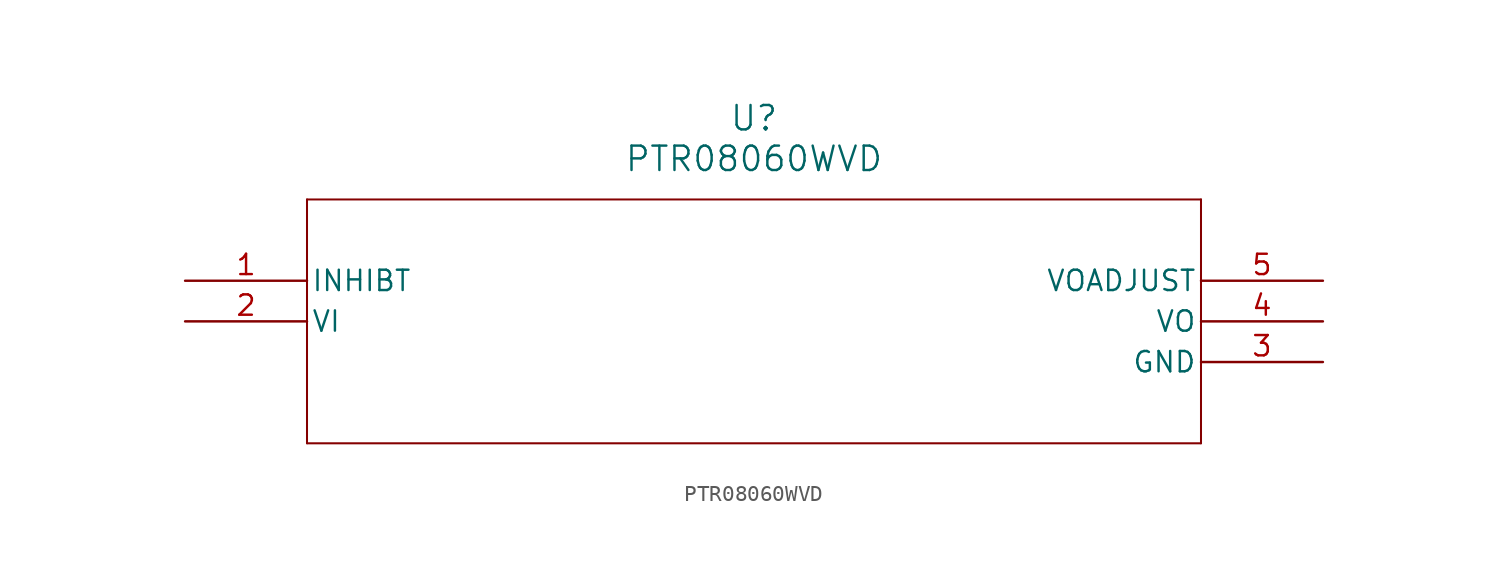
<source format=kicad_sym>
(kicad_symbol_lib
  (version 20211014)
  (generator kicad_symbol_editor)
  (symbol "PTR08060WVD"
    (pin_names
      (offset 0.254))
    (property "Reference" "U"
      (at 35.56 10.16 0)
      (effects (font (size 1.524 1.524))))
    (property "Value" "PTR08060WVD"
      (at 35.56 7.62 0)
      (effects (font (size 1.524 1.524))))
    (symbol "PTR08060WVD_0_1"
      (polyline (pts (xy 7.62 5.08) (xy 7.62 -10.16)) (stroke (width 0.127) (type default) (color 0 0 0 0)) (fill (type none)))
      (polyline (pts (xy 7.62 -10.16) (xy 63.5 -10.16)) (stroke (width 0.127) (type default) (color 0 0 0 0)) (fill (type none)))
      (polyline (pts (xy 63.5 -10.16) (xy 63.5 5.08)) (stroke (width 0.127) (type default) (color 0 0 0 0)) (fill (type none)))
      (polyline (pts (xy 63.5 5.08) (xy 7.62 5.08)) (stroke (width 0.127) (type default) (color 0 0 0 0)) (fill (type none)))
      (pin input line (at 0 0 0) (length 7.62) (name "INHIBT" (effects (font (size 1.27 1.27)))) (number "1" (effects (font (size 1.27 1.27)))))
      (pin input line (at 0 -2.54 0) (length 7.62) (name "VI" (effects (font (size 1.27 1.27)))) (number "2" (effects (font (size 1.27 1.27)))))
      (pin power_in line (at 71.12 -5.08 180) (length 7.62) (name "GND" (effects (font (size 1.27 1.27)))) (number "3" (effects (font (size 1.27 1.27)))))
      (pin output line (at 71.12 -2.54 180) (length 7.62) (name "VO" (effects (font (size 1.27 1.27)))) (number "4" (effects (font (size 1.27 1.27)))))
      (pin output line (at 71.12 0 180) (length 7.62) (name "VOADJUST" (effects (font (size 1.27 1.27)))) (number "5" (effects (font (size 1.27 1.27))))))))
</source>
